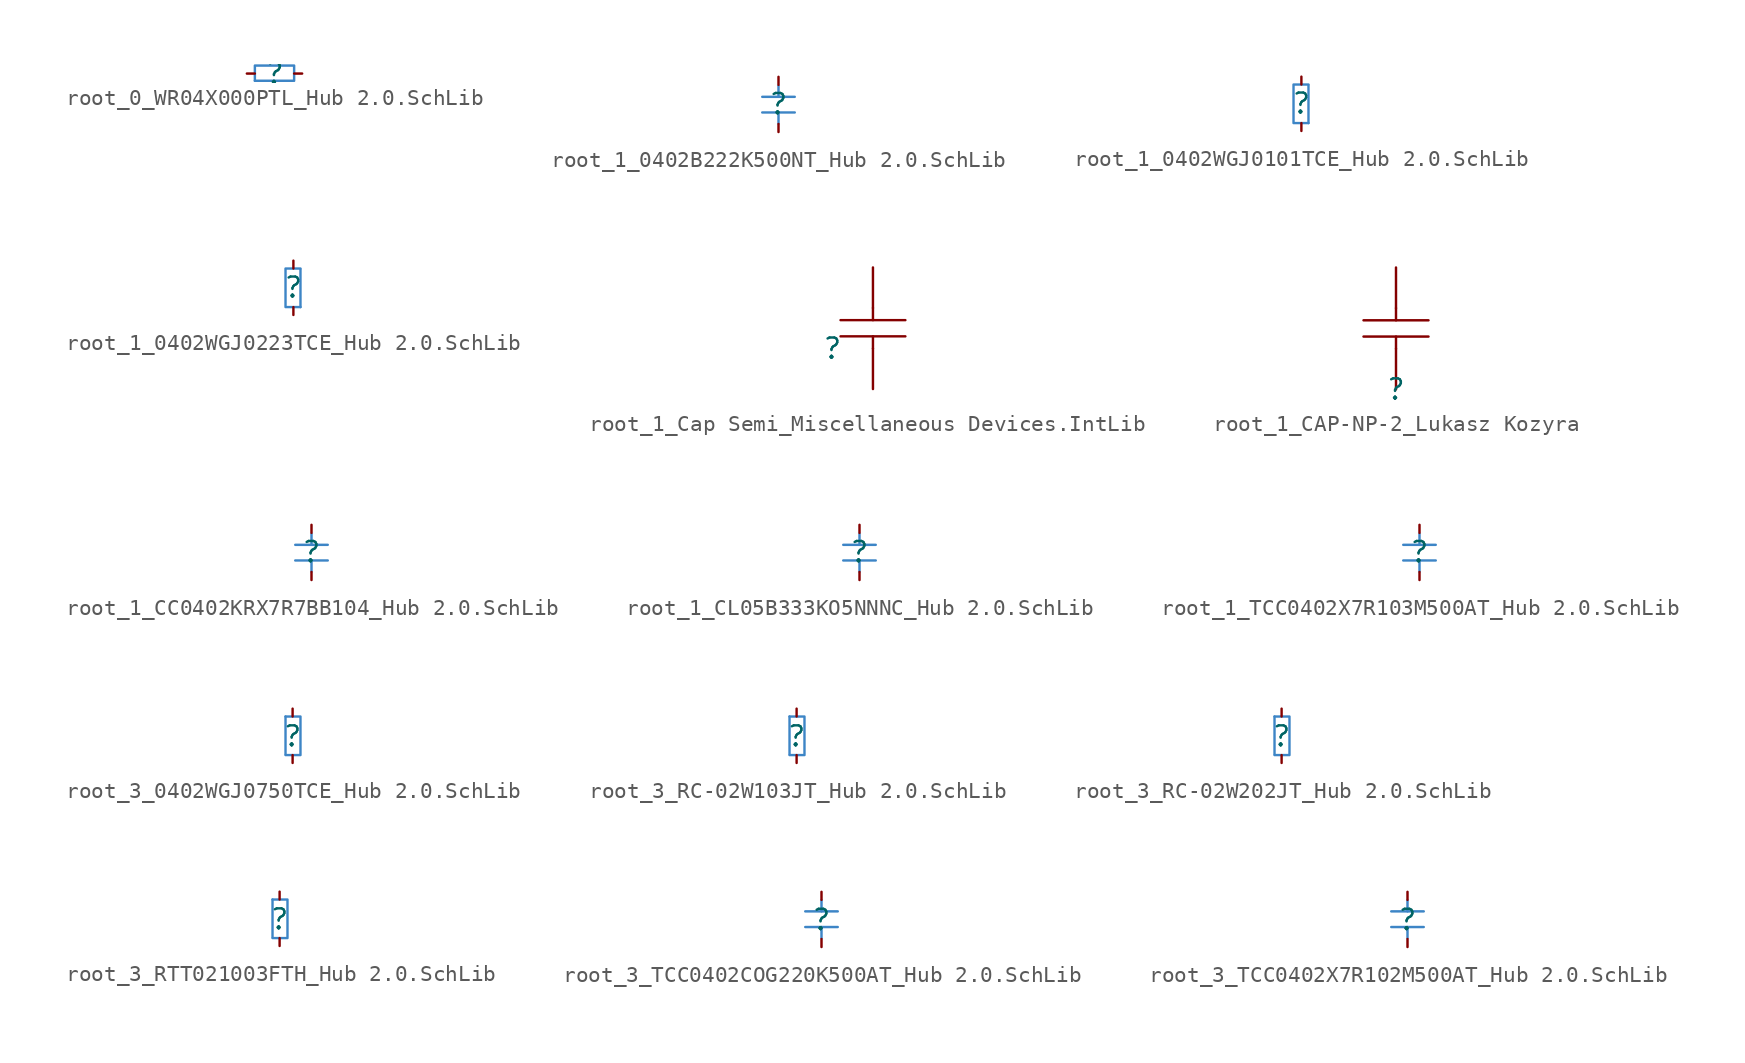
<source format=kicad_sym>
(kicad_symbol_lib
  (version 20241209)
  (generator "kicad_symbol_editor")
  (generator_version "9.0")
  (symbol "root_0_WR04X000PTL_Hub 2.0.SchLib"
    (pin_numbers
      (hide yes))
    (pin_names
      (hide yes))
    (property "Reference" ""
      (at 0 0 0)
      (effects (font (size 1.27 1.27))))
    (property "Value" ""
      (at 0 0 0)
      (effects (font (size 1.27 1.27))))
    (symbol "root_0_WR04X000PTL_Hub 2.0.SchLib_1_0"
      (polyline (pts (xy -1.25 -0.45) (xy 1.15 -0.45)) (stroke (width 0) (type solid) (color 61 133 198 1)) (fill (type none)))
      (polyline (pts (xy -1.25 -0.45) (xy -1.25 0.5) (xy 1.2 0.5) (xy 1.2 -0.45)) (stroke (width 0) (type solid) (color 61 133 198 1)) (fill (type none)))
      (pin passive line (at -1.75 0 0) (length 0.5) (name "1" (effects (font (size 1.27 1.27)))) (number "1" (effects (font (size 1.27 1.27)))))
      (pin passive line (at 1.7 0 180) (length 0.5) (name "2" (effects (font (size 1.27 1.27)))) (number "2" (effects (font (size 1.27 1.27)))))))
  (symbol "root_1_0402B222K500NT_Hub 2.0.SchLib"
    (pin_numbers
      (hide yes))
    (pin_names
      (hide yes))
    (property "Reference" ""
      (at 0 0 0)
      (effects (font (size 1.27 1.27))))
    (property "Value" ""
      (at 0 0 0)
      (effects (font (size 1.27 1.27))))
    (symbol "root_1_0402B222K500NT_Hub 2.0.SchLib_1_0"
      (polyline (pts (xy 0 1.15) (xy 0 0.45) (xy 1.016 0.45)) (stroke (width 0) (type solid) (color 61 133 198 1)) (fill (type none)))
      (polyline (pts (xy 0 0.45) (xy -1.016 0.45)) (stroke (width 0) (type solid) (color 61 133 198 1)) (fill (type none)))
      (polyline (pts (xy 0 -0.528) (xy 1.016 -0.528)) (stroke (width 0) (type solid) (color 61 133 198 1)) (fill (type none)))
      (polyline (pts (xy 0 -1.228) (xy 0 -0.528) (xy -1.016 -0.528)) (stroke (width 0) (type solid) (color 61 133 198 1)) (fill (type none)))
      (pin passive line (at 0 1.7 270) (length 0.5) (name "2" (effects (font (size 1.27 1.27)))) (number "2" (effects (font (size 1.27 1.27)))))
      (pin passive line (at 0 -1.75 90) (length 0.5) (name "1" (effects (font (size 1.27 1.27)))) (number "1" (effects (font (size 1.27 1.27)))))))
  (symbol "root_1_0402WGJ0101TCE_Hub 2.0.SchLib"
    (pin_numbers
      (hide yes))
    (pin_names
      (hide yes))
    (property "Reference" ""
      (at 0 0 0)
      (effects (font (size 1.27 1.27))))
    (property "Value" ""
      (at 0 0 0)
      (effects (font (size 1.27 1.27))))
    (symbol "root_1_0402WGJ0101TCE_Hub 2.0.SchLib_1_0"
      (polyline (pts (xy 0.45 -1.25) (xy 0.45 1.15)) (stroke (width 0) (type solid) (color 61 133 198 1)) (fill (type none)))
      (polyline (pts (xy 0.45 -1.25) (xy -0.5 -1.25) (xy -0.5 1.2) (xy 0.45 1.2)) (stroke (width 0) (type solid) (color 61 133 198 1)) (fill (type none)))
      (pin passive line (at 0 1.7 270) (length 0.5) (name "2" (effects (font (size 1.27 1.27)))) (number "2" (effects (font (size 1.27 1.27)))))
      (pin passive line (at 0 -1.75 90) (length 0.5) (name "1" (effects (font (size 1.27 1.27)))) (number "1" (effects (font (size 1.27 1.27)))))))
  (symbol "root_1_0402WGJ0223TCE_Hub 2.0.SchLib"
    (pin_numbers
      (hide yes))
    (pin_names
      (hide yes))
    (property "Reference" ""
      (at 0 0 0)
      (effects (font (size 1.27 1.27))))
    (property "Value" ""
      (at 0 0 0)
      (effects (font (size 1.27 1.27))))
    (symbol "root_1_0402WGJ0223TCE_Hub 2.0.SchLib_1_0"
      (polyline (pts (xy 0.45 -1.25) (xy 0.45 1.15)) (stroke (width 0) (type solid) (color 61 133 198 1)) (fill (type none)))
      (polyline (pts (xy 0.45 -1.25) (xy -0.5 -1.25) (xy -0.5 1.2) (xy 0.45 1.2)) (stroke (width 0) (type solid) (color 61 133 198 1)) (fill (type none)))
      (pin passive line (at 0 1.7 270) (length 0.5) (name "2" (effects (font (size 1.27 1.27)))) (number "2" (effects (font (size 1.27 1.27)))))
      (pin passive line (at 0 -1.75 90) (length 0.5) (name "1" (effects (font (size 1.27 1.27)))) (number "1" (effects (font (size 1.27 1.27)))))))
  (symbol "root_1_Cap Semi_Miscellaneous Devices.IntLib"
    (pin_numbers
      (hide yes))
    (pin_names
      (hide yes))
    (property "Reference" ""
      (at 0 0 0)
      (effects (font (size 1.27 1.27))))
    (property "Value" ""
      (at 0 0 0)
      (effects (font (size 1.27 1.27))))
    (symbol "root_1_Cap Semi_Miscellaneous Devices.IntLib_1_0"
      (polyline (pts (xy 0.508 1.778) (xy 4.572 1.778)) (stroke (width 0) (type solid)) (fill (type none)))
      (polyline (pts (xy 2.54 2.54) (xy 2.54 1.778)) (stroke (width 0) (type solid)) (fill (type none)))
      (polyline (pts (xy 2.54 0) (xy 2.54 0.762)) (stroke (width 0) (type solid)) (fill (type none)))
      (polyline (pts (xy 4.572 0.762) (xy 0.508 0.762)) (stroke (width 0) (type solid)) (fill (type none)))
      (pin passive line (at 2.54 5.08 270) (length 2.54) (name "2" (effects (font (size 1.27 1.27)))) (number "2" (effects (font (size 1.27 1.27)))))
      (pin passive line (at 2.54 -2.54 90) (length 2.54) (name "1" (effects (font (size 1.27 1.27)))) (number "1" (effects (font (size 1.27 1.27)))))))
  (symbol "root_1_CAP-NP-2_Lukasz Kozyra"
    (pin_numbers
      (hide yes))
    (pin_names
      (hide yes))
    (property "Reference" ""
      (at 0 0 0)
      (effects (font (size 1.27 1.27))))
    (property "Value" ""
      (at 0 0 0)
      (effects (font (size 1.27 1.27))))
    (symbol "root_1_CAP-NP-2_Lukasz Kozyra_1_0"
      (polyline (pts (xy -2.032 4.318) (xy 2.032 4.318)) (stroke (width 0) (type solid)) (fill (type none)))
      (polyline (pts (xy 0 5.08) (xy 0 4.318)) (stroke (width 0) (type solid)) (fill (type none)))
      (polyline (pts (xy 0 2.54) (xy 0 3.302)) (stroke (width 0) (type solid)) (fill (type none)))
      (polyline (pts (xy 2.032 3.302) (xy -2.032 3.302)) (stroke (width 0) (type solid)) (fill (type none)))
      (pin passive line (at 0 7.62 270) (length 2.54) (name "2" (effects (font (size 1.27 1.27)))) (number "2" (effects (font (size 1.27 1.27)))))
      (pin passive line (at 0 0 90) (length 2.54) (name "1" (effects (font (size 1.27 1.27)))) (number "1" (effects (font (size 1.27 1.27)))))))
  (symbol "root_1_CC0402KRX7R7BB104_Hub 2.0.SchLib"
    (pin_numbers
      (hide yes))
    (pin_names
      (hide yes))
    (property "Reference" ""
      (at 0 0 0)
      (effects (font (size 1.27 1.27))))
    (property "Value" ""
      (at 0 0 0)
      (effects (font (size 1.27 1.27))))
    (symbol "root_1_CC0402KRX7R7BB104_Hub 2.0.SchLib_1_0"
      (polyline (pts (xy 0 1.15) (xy 0 0.45) (xy 1.016 0.45)) (stroke (width 0) (type solid) (color 61 133 198 1)) (fill (type none)))
      (polyline (pts (xy 0 0.45) (xy -1.016 0.45)) (stroke (width 0) (type solid) (color 61 133 198 1)) (fill (type none)))
      (polyline (pts (xy 0 -0.528) (xy 1.016 -0.528)) (stroke (width 0) (type solid) (color 61 133 198 1)) (fill (type none)))
      (polyline (pts (xy 0 -1.228) (xy 0 -0.528) (xy -1.016 -0.528)) (stroke (width 0) (type solid) (color 61 133 198 1)) (fill (type none)))
      (pin passive line (at 0 1.7 270) (length 0.5) (name "2" (effects (font (size 1.27 1.27)))) (number "2" (effects (font (size 1.27 1.27)))))
      (pin passive line (at 0 -1.75 90) (length 0.5) (name "1" (effects (font (size 1.27 1.27)))) (number "1" (effects (font (size 1.27 1.27)))))))
  (symbol "root_1_CL05B333KO5NNNC_Hub 2.0.SchLib"
    (pin_numbers
      (hide yes))
    (pin_names
      (hide yes))
    (property "Reference" ""
      (at 0 0 0)
      (effects (font (size 1.27 1.27))))
    (property "Value" ""
      (at 0 0 0)
      (effects (font (size 1.27 1.27))))
    (symbol "root_1_CL05B333KO5NNNC_Hub 2.0.SchLib_1_0"
      (polyline (pts (xy 0 1.15) (xy 0 0.45) (xy 1.016 0.45)) (stroke (width 0) (type solid) (color 61 133 198 1)) (fill (type none)))
      (polyline (pts (xy 0 0.45) (xy -1.016 0.45)) (stroke (width 0) (type solid) (color 61 133 198 1)) (fill (type none)))
      (polyline (pts (xy 0 -0.528) (xy 1.016 -0.528)) (stroke (width 0) (type solid) (color 61 133 198 1)) (fill (type none)))
      (polyline (pts (xy 0 -1.228) (xy 0 -0.528) (xy -1.016 -0.528)) (stroke (width 0) (type solid) (color 61 133 198 1)) (fill (type none)))
      (pin passive line (at 0 1.7 270) (length 0.5) (name "2" (effects (font (size 1.27 1.27)))) (number "2" (effects (font (size 1.27 1.27)))))
      (pin passive line (at 0 -1.75 90) (length 0.5) (name "1" (effects (font (size 1.27 1.27)))) (number "1" (effects (font (size 1.27 1.27)))))))
  (symbol "root_1_TCC0402X7R103M500AT_Hub 2.0.SchLib"
    (pin_numbers
      (hide yes))
    (pin_names
      (hide yes))
    (property "Reference" ""
      (at 0 0 0)
      (effects (font (size 1.27 1.27))))
    (property "Value" ""
      (at 0 0 0)
      (effects (font (size 1.27 1.27))))
    (symbol "root_1_TCC0402X7R103M500AT_Hub 2.0.SchLib_1_0"
      (polyline (pts (xy 0 1.15) (xy 0 0.45) (xy 1.016 0.45)) (stroke (width 0) (type solid) (color 61 133 198 1)) (fill (type none)))
      (polyline (pts (xy 0 0.45) (xy -1.016 0.45)) (stroke (width 0) (type solid) (color 61 133 198 1)) (fill (type none)))
      (polyline (pts (xy 0 -0.528) (xy 1.016 -0.528)) (stroke (width 0) (type solid) (color 61 133 198 1)) (fill (type none)))
      (polyline (pts (xy 0 -1.228) (xy 0 -0.528) (xy -1.016 -0.528)) (stroke (width 0) (type solid) (color 61 133 198 1)) (fill (type none)))
      (pin passive line (at 0 1.7 270) (length 0.5) (name "2" (effects (font (size 1.27 1.27)))) (number "2" (effects (font (size 1.27 1.27)))))
      (pin passive line (at 0 -1.75 90) (length 0.5) (name "1" (effects (font (size 1.27 1.27)))) (number "1" (effects (font (size 1.27 1.27)))))))
  (symbol "root_3_0402WGJ0750TCE_Hub 2.0.SchLib"
    (pin_numbers
      (hide yes))
    (pin_names
      (hide yes))
    (property "Reference" ""
      (at 0 0 0)
      (effects (font (size 1.27 1.27))))
    (property "Value" ""
      (at 0 0 0)
      (effects (font (size 1.27 1.27))))
    (symbol "root_3_0402WGJ0750TCE_Hub 2.0.SchLib_1_0"
      (polyline (pts (xy -0.45 1.25) (xy -0.45 -1.15)) (stroke (width 0) (type solid) (color 61 133 198 1)) (fill (type none)))
      (polyline (pts (xy -0.45 1.25) (xy 0.5 1.25) (xy 0.5 -1.2) (xy -0.45 -1.2)) (stroke (width 0) (type solid) (color 61 133 198 1)) (fill (type none)))
      (pin passive line (at 0 1.75 270) (length 0.5) (name "1" (effects (font (size 1.27 1.27)))) (number "1" (effects (font (size 1.27 1.27)))))
      (pin passive line (at 0 -1.7 90) (length 0.5) (name "2" (effects (font (size 1.27 1.27)))) (number "2" (effects (font (size 1.27 1.27)))))))
  (symbol "root_3_RC-02W103JT_Hub 2.0.SchLib"
    (pin_numbers
      (hide yes))
    (pin_names
      (hide yes))
    (property "Reference" ""
      (at 0 0 0)
      (effects (font (size 1.27 1.27))))
    (property "Value" ""
      (at 0 0 0)
      (effects (font (size 1.27 1.27))))
    (symbol "root_3_RC-02W103JT_Hub 2.0.SchLib_1_0"
      (polyline (pts (xy -0.45 1.25) (xy -0.45 -1.15)) (stroke (width 0) (type solid) (color 61 133 198 1)) (fill (type none)))
      (polyline (pts (xy -0.45 1.25) (xy 0.5 1.25) (xy 0.5 -1.2) (xy -0.45 -1.2)) (stroke (width 0) (type solid) (color 61 133 198 1)) (fill (type none)))
      (pin passive line (at 0 1.75 270) (length 0.5) (name "1" (effects (font (size 1.27 1.27)))) (number "1" (effects (font (size 1.27 1.27)))))
      (pin passive line (at 0 -1.7 90) (length 0.5) (name "2" (effects (font (size 1.27 1.27)))) (number "2" (effects (font (size 1.27 1.27)))))))
  (symbol "root_3_RC-02W202JT_Hub 2.0.SchLib"
    (pin_numbers
      (hide yes))
    (pin_names
      (hide yes))
    (property "Reference" ""
      (at 0 0 0)
      (effects (font (size 1.27 1.27))))
    (property "Value" ""
      (at 0 0 0)
      (effects (font (size 1.27 1.27))))
    (symbol "root_3_RC-02W202JT_Hub 2.0.SchLib_1_0"
      (polyline (pts (xy -0.45 1.25) (xy -0.45 -1.15)) (stroke (width 0) (type solid) (color 61 133 198 1)) (fill (type none)))
      (polyline (pts (xy -0.45 1.25) (xy 0.5 1.25) (xy 0.5 -1.2) (xy -0.45 -1.2)) (stroke (width 0) (type solid) (color 61 133 198 1)) (fill (type none)))
      (pin passive line (at 0 1.75 270) (length 0.5) (name "1" (effects (font (size 1.27 1.27)))) (number "1" (effects (font (size 1.27 1.27)))))
      (pin passive line (at 0 -1.7 90) (length 0.5) (name "2" (effects (font (size 1.27 1.27)))) (number "2" (effects (font (size 1.27 1.27)))))))
  (symbol "root_3_RTT021003FTH_Hub 2.0.SchLib"
    (pin_numbers
      (hide yes))
    (pin_names
      (hide yes))
    (property "Reference" ""
      (at 0 0 0)
      (effects (font (size 1.27 1.27))))
    (property "Value" ""
      (at 0 0 0)
      (effects (font (size 1.27 1.27))))
    (symbol "root_3_RTT021003FTH_Hub 2.0.SchLib_1_0"
      (polyline (pts (xy -0.45 1.25) (xy -0.45 -1.15)) (stroke (width 0) (type solid) (color 61 133 198 1)) (fill (type none)))
      (polyline (pts (xy -0.45 1.25) (xy 0.5 1.25) (xy 0.5 -1.2) (xy -0.45 -1.2)) (stroke (width 0) (type solid) (color 61 133 198 1)) (fill (type none)))
      (pin passive line (at 0 1.75 270) (length 0.5) (name "1" (effects (font (size 1.27 1.27)))) (number "1" (effects (font (size 1.27 1.27)))))
      (pin passive line (at 0 -1.7 90) (length 0.5) (name "2" (effects (font (size 1.27 1.27)))) (number "2" (effects (font (size 1.27 1.27)))))))
  (symbol "root_3_TCC0402COG220K500AT_Hub 2.0.SchLib"
    (pin_numbers
      (hide yes))
    (pin_names
      (hide yes))
    (property "Reference" ""
      (at 0 0 0)
      (effects (font (size 1.27 1.27))))
    (property "Value" ""
      (at 0 0 0)
      (effects (font (size 1.27 1.27))))
    (symbol "root_3_TCC0402COG220K500AT_Hub 2.0.SchLib_1_0"
      (polyline (pts (xy 0 1.228) (xy 0 0.528) (xy 1.016 0.528)) (stroke (width 0) (type solid) (color 61 133 198 1)) (fill (type none)))
      (polyline (pts (xy 0 0.528) (xy -1.016 0.528)) (stroke (width 0) (type solid) (color 61 133 198 1)) (fill (type none)))
      (polyline (pts (xy 0 -0.45) (xy 1.016 -0.45)) (stroke (width 0) (type solid) (color 61 133 198 1)) (fill (type none)))
      (polyline (pts (xy 0 -1.15) (xy 0 -0.45) (xy -1.016 -0.45)) (stroke (width 0) (type solid) (color 61 133 198 1)) (fill (type none)))
      (pin passive line (at 0 1.75 270) (length 0.5) (name "1" (effects (font (size 1.27 1.27)))) (number "1" (effects (font (size 1.27 1.27)))))
      (pin passive line (at 0 -1.7 90) (length 0.5) (name "2" (effects (font (size 1.27 1.27)))) (number "2" (effects (font (size 1.27 1.27)))))))
  (symbol "root_3_TCC0402X7R102M500AT_Hub 2.0.SchLib"
    (pin_numbers
      (hide yes))
    (pin_names
      (hide yes))
    (property "Reference" ""
      (at 0 0 0)
      (effects (font (size 1.27 1.27))))
    (property "Value" ""
      (at 0 0 0)
      (effects (font (size 1.27 1.27))))
    (symbol "root_3_TCC0402X7R102M500AT_Hub 2.0.SchLib_1_0"
      (polyline (pts (xy 0 1.228) (xy 0 0.528) (xy 1.016 0.528)) (stroke (width 0) (type solid) (color 61 133 198 1)) (fill (type none)))
      (polyline (pts (xy 0 0.528) (xy -1.016 0.528)) (stroke (width 0) (type solid) (color 61 133 198 1)) (fill (type none)))
      (polyline (pts (xy 0 -0.45) (xy 1.016 -0.45)) (stroke (width 0) (type solid) (color 61 133 198 1)) (fill (type none)))
      (polyline (pts (xy 0 -1.15) (xy 0 -0.45) (xy -1.016 -0.45)) (stroke (width 0) (type solid) (color 61 133 198 1)) (fill (type none)))
      (pin passive line (at 0 1.75 270) (length 0.5) (name "1" (effects (font (size 1.27 1.27)))) (number "1" (effects (font (size 1.27 1.27)))))
      (pin passive line (at 0 -1.7 90) (length 0.5) (name "2" (effects (font (size 1.27 1.27)))) (number "2" (effects (font (size 1.27 1.27))))))))
</source>
